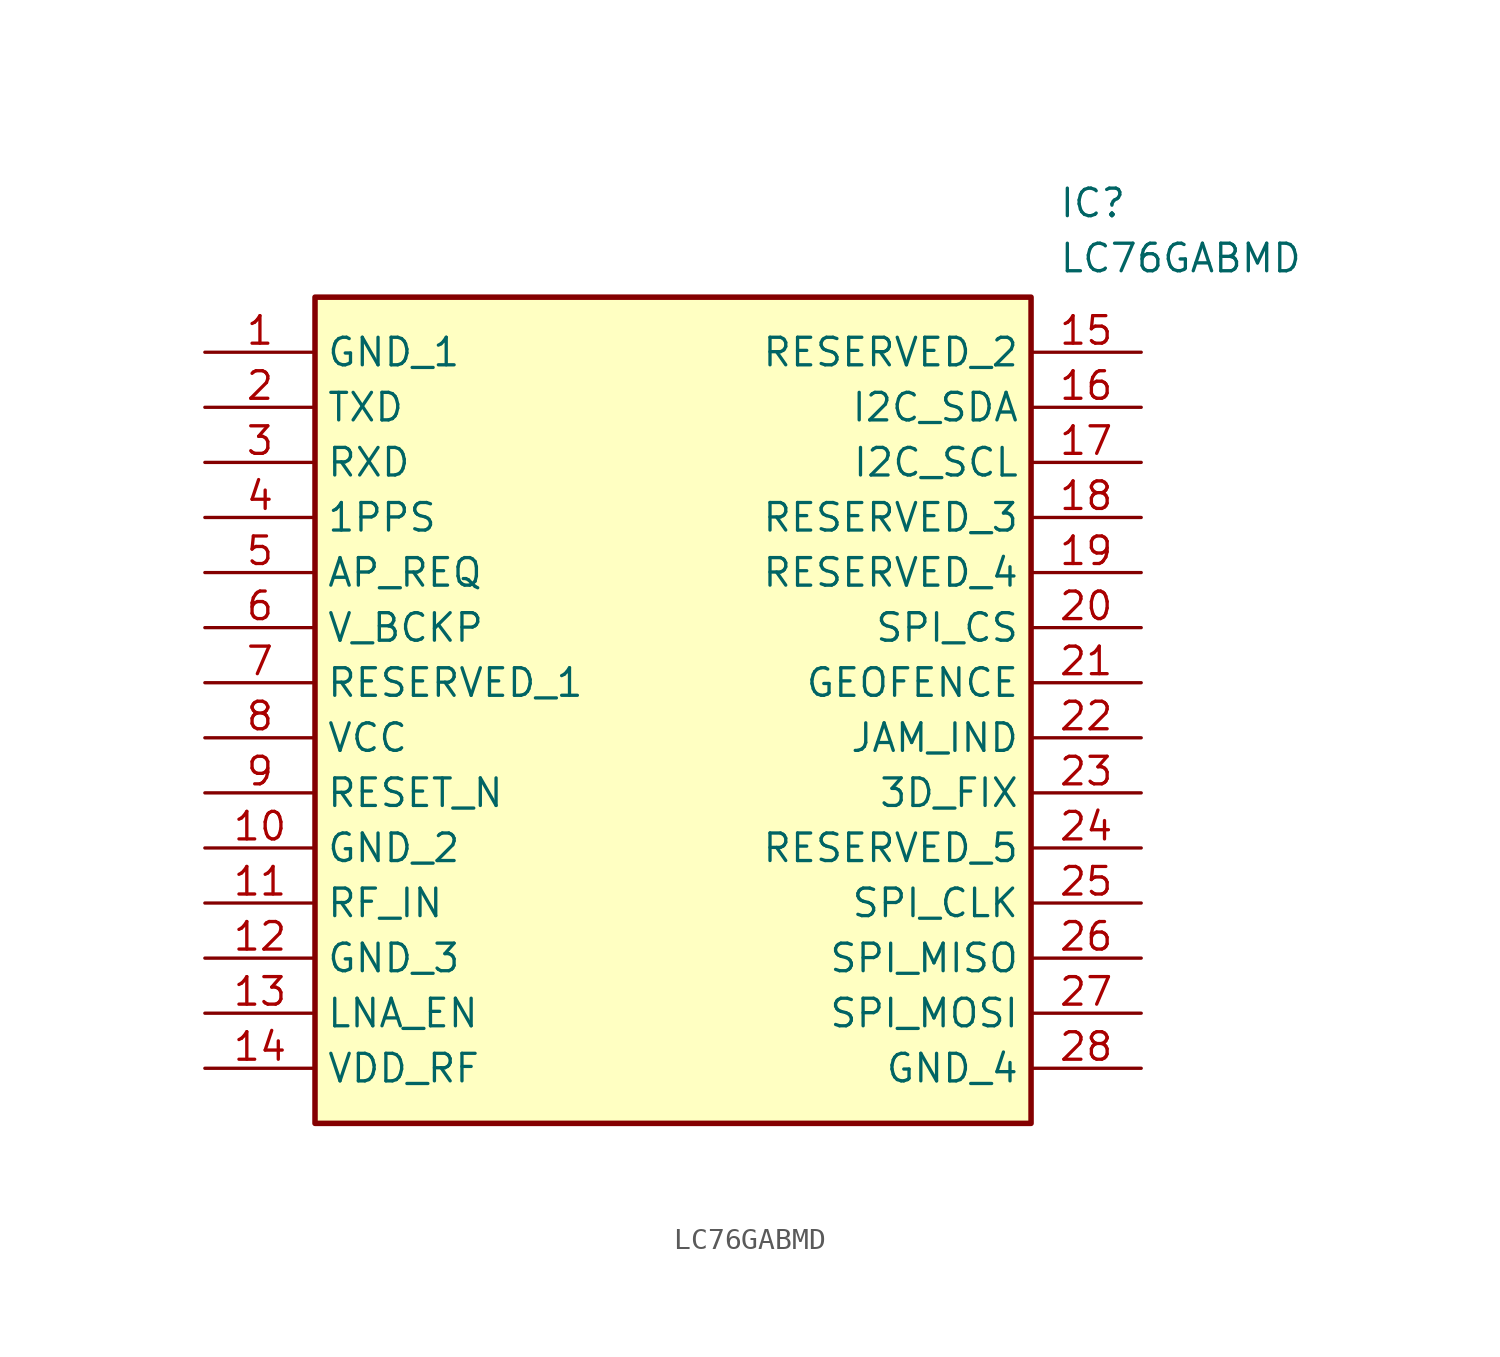
<source format=kicad_sym>
(kicad_symbol_lib
  (version 20211014)
  (generator SamacSys_ECAD_Model)
  (symbol "LC76GABMD"
    (property "Reference" "IC"
      (at 39.37 7.62 0)
      (effects (font (size 1.27 1.27)) (justify left top)))
    (property "Value" "LC76GABMD"
      (at 39.37 5.08 0)
      (effects (font (size 1.27 1.27)) (justify left top)))
    (rectangle
      (start 5.08 2.54)
      (end 38.1 -35.56)
      (stroke (width 0.254) (type default))
      (fill (type background)))
    (pin passive line
      (at 0 0 0)
      (length 5.08)
      (name "GND_1" (effects (font (size 1.27 1.27))))
      (number "1" (effects (font (size 1.27 1.27)))))
    (pin passive line
      (at 0 -2.54 0)
      (length 5.08)
      (name "TXD" (effects (font (size 1.27 1.27))))
      (number "2" (effects (font (size 1.27 1.27)))))
    (pin passive line
      (at 0 -5.08 0)
      (length 5.08)
      (name "RXD" (effects (font (size 1.27 1.27))))
      (number "3" (effects (font (size 1.27 1.27)))))
    (pin passive line
      (at 0 -7.62 0)
      (length 5.08)
      (name "1PPS" (effects (font (size 1.27 1.27))))
      (number "4" (effects (font (size 1.27 1.27)))))
    (pin passive line
      (at 0 -10.16 0)
      (length 5.08)
      (name "AP_REQ" (effects (font (size 1.27 1.27))))
      (number "5" (effects (font (size 1.27 1.27)))))
    (pin passive line
      (at 0 -12.7 0)
      (length 5.08)
      (name "V_BCKP" (effects (font (size 1.27 1.27))))
      (number "6" (effects (font (size 1.27 1.27)))))
    (pin passive line
      (at 0 -15.24 0)
      (length 5.08)
      (name "RESERVED_1" (effects (font (size 1.27 1.27))))
      (number "7" (effects (font (size 1.27 1.27)))))
    (pin passive line
      (at 0 -17.78 0)
      (length 5.08)
      (name "VCC" (effects (font (size 1.27 1.27))))
      (number "8" (effects (font (size 1.27 1.27)))))
    (pin passive line
      (at 0 -20.32 0)
      (length 5.08)
      (name "RESET_N" (effects (font (size 1.27 1.27))))
      (number "9" (effects (font (size 1.27 1.27)))))
    (pin passive line
      (at 0 -22.86 0)
      (length 5.08)
      (name "GND_2" (effects (font (size 1.27 1.27))))
      (number "10" (effects (font (size 1.27 1.27)))))
    (pin passive line
      (at 0 -25.4 0)
      (length 5.08)
      (name "RF_IN" (effects (font (size 1.27 1.27))))
      (number "11" (effects (font (size 1.27 1.27)))))
    (pin passive line
      (at 0 -27.94 0)
      (length 5.08)
      (name "GND_3" (effects (font (size 1.27 1.27))))
      (number "12" (effects (font (size 1.27 1.27)))))
    (pin passive line
      (at 0 -30.48 0)
      (length 5.08)
      (name "LNA_EN" (effects (font (size 1.27 1.27))))
      (number "13" (effects (font (size 1.27 1.27)))))
    (pin passive line
      (at 0 -33.02 0)
      (length 5.08)
      (name "VDD_RF" (effects (font (size 1.27 1.27))))
      (number "14" (effects (font (size 1.27 1.27)))))
    (pin passive line
      (at 43.18 0 180)
      (length 5.08)
      (name "RESERVED_2" (effects (font (size 1.27 1.27))))
      (number "15" (effects (font (size 1.27 1.27)))))
    (pin passive line
      (at 43.18 -2.54 180)
      (length 5.08)
      (name "I2C_SDA" (effects (font (size 1.27 1.27))))
      (number "16" (effects (font (size 1.27 1.27)))))
    (pin passive line
      (at 43.18 -5.08 180)
      (length 5.08)
      (name "I2C_SCL" (effects (font (size 1.27 1.27))))
      (number "17" (effects (font (size 1.27 1.27)))))
    (pin passive line
      (at 43.18 -7.62 180)
      (length 5.08)
      (name "RESERVED_3" (effects (font (size 1.27 1.27))))
      (number "18" (effects (font (size 1.27 1.27)))))
    (pin passive line
      (at 43.18 -10.16 180)
      (length 5.08)
      (name "RESERVED_4" (effects (font (size 1.27 1.27))))
      (number "19" (effects (font (size 1.27 1.27)))))
    (pin passive line
      (at 43.18 -12.7 180)
      (length 5.08)
      (name "SPI_CS" (effects (font (size 1.27 1.27))))
      (number "20" (effects (font (size 1.27 1.27)))))
    (pin passive line
      (at 43.18 -15.24 180)
      (length 5.08)
      (name "GEOFENCE" (effects (font (size 1.27 1.27))))
      (number "21" (effects (font (size 1.27 1.27)))))
    (pin passive line
      (at 43.18 -17.78 180)
      (length 5.08)
      (name "JAM_IND" (effects (font (size 1.27 1.27))))
      (number "22" (effects (font (size 1.27 1.27)))))
    (pin passive line
      (at 43.18 -20.32 180)
      (length 5.08)
      (name "3D_FIX" (effects (font (size 1.27 1.27))))
      (number "23" (effects (font (size 1.27 1.27)))))
    (pin passive line
      (at 43.18 -22.86 180)
      (length 5.08)
      (name "RESERVED_5" (effects (font (size 1.27 1.27))))
      (number "24" (effects (font (size 1.27 1.27)))))
    (pin passive line
      (at 43.18 -25.4 180)
      (length 5.08)
      (name "SPI_CLK" (effects (font (size 1.27 1.27))))
      (number "25" (effects (font (size 1.27 1.27)))))
    (pin passive line
      (at 43.18 -27.94 180)
      (length 5.08)
      (name "SPI_MISO" (effects (font (size 1.27 1.27))))
      (number "26" (effects (font (size 1.27 1.27)))))
    (pin passive line
      (at 43.18 -30.48 180)
      (length 5.08)
      (name "SPI_MOSI" (effects (font (size 1.27 1.27))))
      (number "27" (effects (font (size 1.27 1.27)))))
    (pin passive line
      (at 43.18 -33.02 180)
      (length 5.08)
      (name "GND_4" (effects (font (size 1.27 1.27))))
      (number "28" (effects (font (size 1.27 1.27)))))))
</source>
